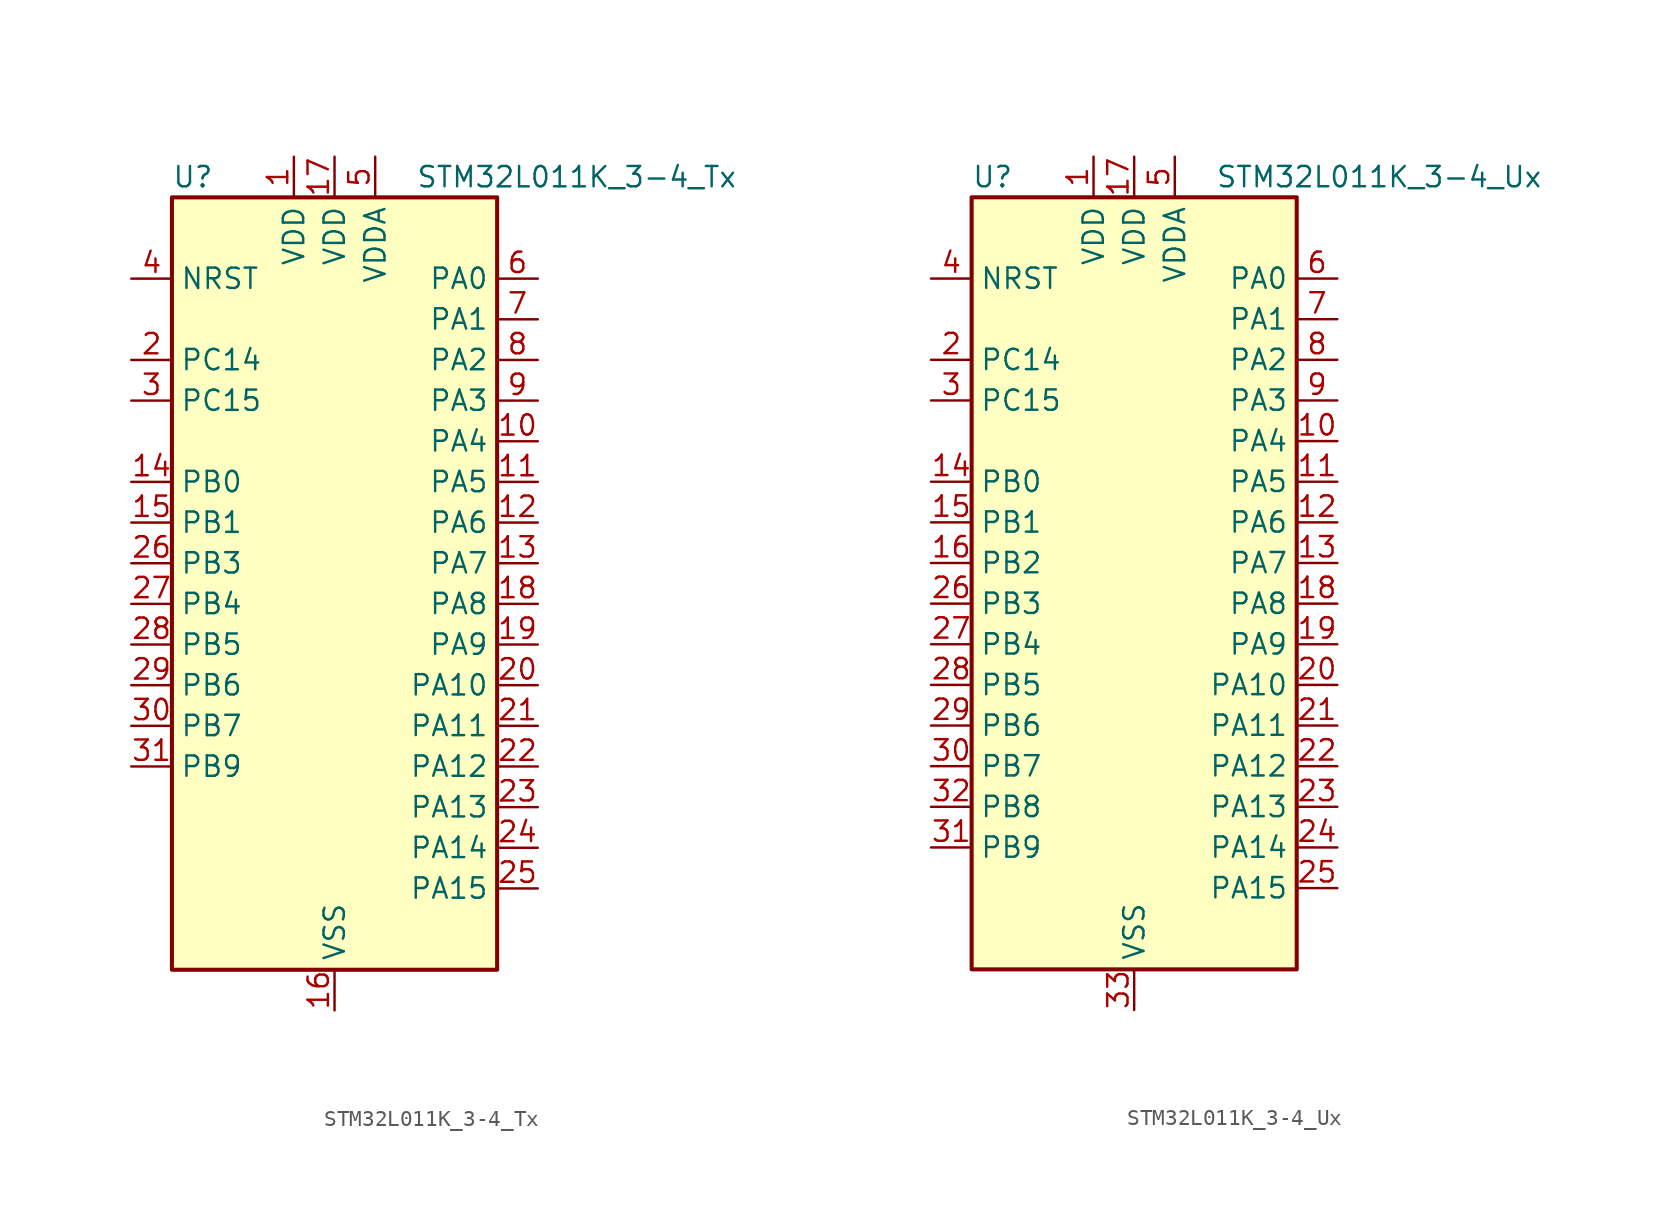
<source format=kicad_sym>
(kicad_symbol_lib
  (version 20241209)
  (generator "kicad_symbol_editor")
  (generator_version "9.0")
  (symbol "STM32L011K_3-4_Tx"
    (property "Reference" "U"
      (at -10.16 26.67 0)
      (effects (font (size 1.27 1.27)) (justify left)))
    (property "Value" "STM32L011K_3-4_Tx"
      (at 5.08 26.67 0)
      (effects (font (size 1.27 1.27)) (justify left)))
    (symbol "STM32L011K_3-4_Tx_0_1"
      (rectangle (start -10.16 -22.86) (end 10.16 25.4) (stroke (width 0.254) (type default)) (fill (type background))))
    (symbol "STM32L011K_3-4_Tx_1_1"
      (pin input line (at -12.7 20.32 0) (length 2.54) (name "NRST" (effects (font (size 1.27 1.27)))) (number "4" (effects (font (size 1.27 1.27)))))
      (pin bidirectional line (at -12.7 15.24 0) (length 2.54) (name "PC14" (effects (font (size 1.27 1.27)))) (number "2" (effects (font (size 1.27 1.27)))) (alternate "RCC_OSC32_IN" bidirectional line))
      (pin bidirectional line (at -12.7 12.7 0) (length 2.54) (name "PC15" (effects (font (size 1.27 1.27)))) (number "3" (effects (font (size 1.27 1.27)))) (alternate "RCC_OSC32_OUT" bidirectional line))
      (pin bidirectional line (at -12.7 7.62 0) (length 2.54) (name "PB0" (effects (font (size 1.27 1.27)))) (number "14" (effects (font (size 1.27 1.27)))) (alternate "ADC_IN8" bidirectional line) (alternate "SPI1_MISO" bidirectional line) (alternate "SYS_VREF_OUT_PB0" bidirectional line) (alternate "TIM2_CH2" bidirectional line) (alternate "TIM2_CH3" bidirectional line) (alternate "USART2_DE" bidirectional line) (alternate "USART2_RTS" bidirectional line))
      (pin bidirectional line (at -12.7 5.08 0) (length 2.54) (name "PB1" (effects (font (size 1.27 1.27)))) (number "15" (effects (font (size 1.27 1.27)))) (alternate "ADC_IN9" bidirectional line) (alternate "LPTIM1_IN1" bidirectional line) (alternate "LPUART1_DE" bidirectional line) (alternate "LPUART1_RTS" bidirectional line) (alternate "SPI1_MOSI" bidirectional line) (alternate "SYS_VREF_OUT_PB1" bidirectional line) (alternate "TIM2_CH4" bidirectional line) (alternate "USART2_CK" bidirectional line))
      (pin bidirectional line (at -12.7 2.54 0) (length 2.54) (name "PB3" (effects (font (size 1.27 1.27)))) (number "26" (effects (font (size 1.27 1.27)))) (alternate "COMP2_INM" bidirectional line) (alternate "SPI1_SCK" bidirectional line) (alternate "TIM2_CH2" bidirectional line))
      (pin bidirectional line (at -12.7 0 0) (length 2.54) (name "PB4" (effects (font (size 1.27 1.27)))) (number "27" (effects (font (size 1.27 1.27)))) (alternate "COMP2_INP" bidirectional line) (alternate "SPI1_MISO" bidirectional line))
      (pin bidirectional line (at -12.7 -2.54 0) (length 2.54) (name "PB5" (effects (font (size 1.27 1.27)))) (number "28" (effects (font (size 1.27 1.27)))) (alternate "COMP2_INP" bidirectional line) (alternate "I2C1_SMBA" bidirectional line) (alternate "LPTIM1_IN1" bidirectional line) (alternate "SPI1_MOSI" bidirectional line) (alternate "TIM21_CH1" bidirectional line))
      (pin bidirectional line (at -12.7 -5.08 0) (length 2.54) (name "PB6" (effects (font (size 1.27 1.27)))) (number "29" (effects (font (size 1.27 1.27)))) (alternate "COMP2_INP" bidirectional line) (alternate "I2C1_SCL" bidirectional line) (alternate "LPTIM1_ETR" bidirectional line) (alternate "LPUART1_TX" bidirectional line) (alternate "TIM2_CH3" bidirectional line) (alternate "USART2_TX" bidirectional line))
      (pin bidirectional line (at -12.7 -7.62 0) (length 2.54) (name "PB7" (effects (font (size 1.27 1.27)))) (number "30" (effects (font (size 1.27 1.27)))) (alternate "COMP2_INP" bidirectional line) (alternate "I2C1_SDA" bidirectional line) (alternate "LPTIM1_IN2" bidirectional line) (alternate "LPUART1_RX" bidirectional line) (alternate "SYS_PVD_IN" bidirectional line) (alternate "TIM2_CH4" bidirectional line) (alternate "USART2_RX" bidirectional line))
      (pin bidirectional line (at -12.7 -10.16 0) (length 2.54) (name "PB9" (effects (font (size 1.27 1.27)))) (number "31" (effects (font (size 1.27 1.27)))))
      (pin power_in line (at -2.54 27.94 270) (length 2.54) (name "VDD" (effects (font (size 1.27 1.27)))) (number "1" (effects (font (size 1.27 1.27)))))
      (pin power_in line (at 0 27.94 270) (length 2.54) (name "VDD" (effects (font (size 1.27 1.27)))) (number "17" (effects (font (size 1.27 1.27)))))
      (pin power_in line (at 0 -25.4 90) (length 2.54) (name "VSS" (effects (font (size 1.27 1.27)))) (number "16" (effects (font (size 1.27 1.27)))))
      (pin passive line (at 0 -25.4 90) (length 2.54) (hide yes) (name "VSS" (effects (font (size 1.27 1.27)))) (number "32" (effects (font (size 1.27 1.27)))))
      (pin power_in line (at 2.54 27.94 270) (length 2.54) (name "VDDA" (effects (font (size 1.27 1.27)))) (number "5" (effects (font (size 1.27 1.27)))))
      (pin bidirectional line (at 12.7 20.32 180) (length 2.54) (name "PA0" (effects (font (size 1.27 1.27)))) (number "6" (effects (font (size 1.27 1.27)))) (alternate "ADC_IN0" bidirectional line) (alternate "COMP1_INM" bidirectional line) (alternate "COMP1_OUT" bidirectional line) (alternate "LPTIM1_IN1" bidirectional line) (alternate "LPUART1_RX" bidirectional line) (alternate "RCC_CK_IN" bidirectional line) (alternate "RTC_TAMP2" bidirectional line) (alternate "SYS_WKUP1" bidirectional line) (alternate "TIM2_CH1" bidirectional line) (alternate "TIM2_ETR" bidirectional line) (alternate "USART2_CTS" bidirectional line) (alternate "USART2_RX" bidirectional line))
      (pin bidirectional line (at 12.7 17.78 180) (length 2.54) (name "PA1" (effects (font (size 1.27 1.27)))) (number "7" (effects (font (size 1.27 1.27)))) (alternate "ADC_IN1" bidirectional line) (alternate "COMP1_INP" bidirectional line) (alternate "I2C1_SMBA" bidirectional line) (alternate "LPTIM1_IN2" bidirectional line) (alternate "LPUART1_TX" bidirectional line) (alternate "TIM21_ETR" bidirectional line) (alternate "TIM2_CH2" bidirectional line) (alternate "USART2_DE" bidirectional line) (alternate "USART2_RTS" bidirectional line))
      (pin bidirectional line (at 12.7 15.24 180) (length 2.54) (name "PA2" (effects (font (size 1.27 1.27)))) (number "8" (effects (font (size 1.27 1.27)))) (alternate "ADC_IN2" bidirectional line) (alternate "COMP2_INM" bidirectional line) (alternate "COMP2_OUT" bidirectional line) (alternate "LPUART1_TX" bidirectional line) (alternate "RTC_OUT_ALARM" bidirectional line) (alternate "RTC_OUT_CALIB" bidirectional line) (alternate "RTC_TAMP3" bidirectional line) (alternate "RTC_TS" bidirectional line) (alternate "SYS_WKUP3" bidirectional line) (alternate "TIM21_CH1" bidirectional line) (alternate "TIM2_CH3" bidirectional line) (alternate "USART2_TX" bidirectional line))
      (pin bidirectional line (at 12.7 12.7 180) (length 2.54) (name "PA3" (effects (font (size 1.27 1.27)))) (number "9" (effects (font (size 1.27 1.27)))) (alternate "ADC_IN3" bidirectional line) (alternate "COMP2_INP" bidirectional line) (alternate "LPUART1_RX" bidirectional line) (alternate "TIM21_CH2" bidirectional line) (alternate "TIM2_CH4" bidirectional line) (alternate "USART2_RX" bidirectional line))
      (pin bidirectional line (at 12.7 10.16 180) (length 2.54) (name "PA4" (effects (font (size 1.27 1.27)))) (number "10" (effects (font (size 1.27 1.27)))) (alternate "ADC_IN4" bidirectional line) (alternate "COMP1_INM" bidirectional line) (alternate "COMP2_INM" bidirectional line) (alternate "COMP2_OUT" bidirectional line) (alternate "I2C1_SCL" bidirectional line) (alternate "LPTIM1_ETR" bidirectional line) (alternate "LPTIM1_IN1" bidirectional line) (alternate "LPUART1_TX" bidirectional line) (alternate "SPI1_NSS" bidirectional line) (alternate "TIM2_ETR" bidirectional line) (alternate "USART2_CK" bidirectional line))
      (pin bidirectional line (at 12.7 7.62 180) (length 2.54) (name "PA5" (effects (font (size 1.27 1.27)))) (number "11" (effects (font (size 1.27 1.27)))) (alternate "ADC_IN5" bidirectional line) (alternate "COMP1_INM" bidirectional line) (alternate "COMP2_INM" bidirectional line) (alternate "LPTIM1_IN2" bidirectional line) (alternate "SPI1_SCK" bidirectional line) (alternate "TIM2_CH1" bidirectional line) (alternate "TIM2_ETR" bidirectional line))
      (pin bidirectional line (at 12.7 5.08 180) (length 2.54) (name "PA6" (effects (font (size 1.27 1.27)))) (number "12" (effects (font (size 1.27 1.27)))) (alternate "ADC_IN6" bidirectional line) (alternate "COMP1_OUT" bidirectional line) (alternate "LPTIM1_ETR" bidirectional line) (alternate "LPUART1_CTS" bidirectional line) (alternate "SPI1_MISO" bidirectional line))
      (pin bidirectional line (at 12.7 2.54 180) (length 2.54) (name "PA7" (effects (font (size 1.27 1.27)))) (number "13" (effects (font (size 1.27 1.27)))) (alternate "ADC_IN7" bidirectional line) (alternate "COMP2_INP" bidirectional line) (alternate "COMP2_OUT" bidirectional line) (alternate "LPTIM1_OUT" bidirectional line) (alternate "SPI1_MOSI" bidirectional line) (alternate "TIM21_ETR" bidirectional line) (alternate "USART2_CTS" bidirectional line))
      (pin bidirectional line (at 12.7 0 180) (length 2.54) (name "PA8" (effects (font (size 1.27 1.27)))) (number "18" (effects (font (size 1.27 1.27)))) (alternate "LPTIM1_IN1" bidirectional line) (alternate "RCC_MCO" bidirectional line) (alternate "TIM2_CH1" bidirectional line) (alternate "USART2_CK" bidirectional line))
      (pin bidirectional line (at 12.7 -2.54 180) (length 2.54) (name "PA9" (effects (font (size 1.27 1.27)))) (number "19" (effects (font (size 1.27 1.27)))) (alternate "COMP1_OUT" bidirectional line) (alternate "I2C1_SCL" bidirectional line) (alternate "LPTIM1_OUT" bidirectional line) (alternate "RCC_MCO" bidirectional line) (alternate "TIM21_CH2" bidirectional line) (alternate "USART2_TX" bidirectional line))
      (pin bidirectional line (at 12.7 -5.08 180) (length 2.54) (name "PA10" (effects (font (size 1.27 1.27)))) (number "20" (effects (font (size 1.27 1.27)))) (alternate "COMP1_OUT" bidirectional line) (alternate "I2C1_SDA" bidirectional line) (alternate "RTC_REFIN" bidirectional line) (alternate "TIM21_CH1" bidirectional line) (alternate "TIM2_CH3" bidirectional line) (alternate "USART2_RX" bidirectional line))
      (pin bidirectional line (at 12.7 -7.62 180) (length 2.54) (name "PA11" (effects (font (size 1.27 1.27)))) (number "21" (effects (font (size 1.27 1.27)))) (alternate "ADC_EXTI11" bidirectional line) (alternate "COMP1_OUT" bidirectional line) (alternate "LPTIM1_OUT" bidirectional line) (alternate "SPI1_MISO" bidirectional line) (alternate "TIM21_CH2" bidirectional line) (alternate "USART2_CTS" bidirectional line))
      (pin bidirectional line (at 12.7 -10.16 180) (length 2.54) (name "PA12" (effects (font (size 1.27 1.27)))) (number "22" (effects (font (size 1.27 1.27)))) (alternate "COMP2_OUT" bidirectional line) (alternate "SPI1_MOSI" bidirectional line) (alternate "USART2_DE" bidirectional line) (alternate "USART2_RTS" bidirectional line))
      (pin bidirectional line (at 12.7 -12.7 180) (length 2.54) (name "PA13" (effects (font (size 1.27 1.27)))) (number "23" (effects (font (size 1.27 1.27)))) (alternate "COMP1_OUT" bidirectional line) (alternate "I2C1_SDA" bidirectional line) (alternate "LPTIM1_ETR" bidirectional line) (alternate "LPUART1_RX" bidirectional line) (alternate "SPI1_SCK" bidirectional line) (alternate "SYS_SWDIO" bidirectional line))
      (pin bidirectional line (at 12.7 -15.24 180) (length 2.54) (name "PA14" (effects (font (size 1.27 1.27)))) (number "24" (effects (font (size 1.27 1.27)))) (alternate "COMP2_OUT" bidirectional line) (alternate "I2C1_SMBA" bidirectional line) (alternate "LPTIM1_OUT" bidirectional line) (alternate "LPUART1_TX" bidirectional line) (alternate "SPI1_MISO" bidirectional line) (alternate "SYS_SWCLK" bidirectional line) (alternate "USART2_TX" bidirectional line))
      (pin bidirectional line (at 12.7 -17.78 180) (length 2.54) (name "PA15" (effects (font (size 1.27 1.27)))) (number "25" (effects (font (size 1.27 1.27)))) (alternate "SPI1_NSS" bidirectional line) (alternate "TIM2_CH1" bidirectional line) (alternate "TIM2_ETR" bidirectional line) (alternate "USART2_RX" bidirectional line))))
  (symbol "STM32L011K_3-4_Ux"
    (property "Reference" "U"
      (at -10.16 26.67 0)
      (effects (font (size 1.27 1.27)) (justify left)))
    (property "Value" "STM32L011K_3-4_Ux"
      (at 5.08 26.67 0)
      (effects (font (size 1.27 1.27)) (justify left)))
    (symbol "STM32L011K_3-4_Ux_0_1"
      (rectangle (start -10.16 -22.86) (end 10.16 25.4) (stroke (width 0.254) (type default)) (fill (type background))))
    (symbol "STM32L011K_3-4_Ux_1_1"
      (pin input line (at -12.7 20.32 0) (length 2.54) (name "NRST" (effects (font (size 1.27 1.27)))) (number "4" (effects (font (size 1.27 1.27)))))
      (pin bidirectional line (at -12.7 15.24 0) (length 2.54) (name "PC14" (effects (font (size 1.27 1.27)))) (number "2" (effects (font (size 1.27 1.27)))) (alternate "RCC_OSC32_IN" bidirectional line))
      (pin bidirectional line (at -12.7 12.7 0) (length 2.54) (name "PC15" (effects (font (size 1.27 1.27)))) (number "3" (effects (font (size 1.27 1.27)))) (alternate "RCC_OSC32_OUT" bidirectional line))
      (pin bidirectional line (at -12.7 7.62 0) (length 2.54) (name "PB0" (effects (font (size 1.27 1.27)))) (number "14" (effects (font (size 1.27 1.27)))) (alternate "ADC_IN8" bidirectional line) (alternate "SPI1_MISO" bidirectional line) (alternate "SYS_VREF_OUT_PB0" bidirectional line) (alternate "TIM2_CH2" bidirectional line) (alternate "TIM2_CH3" bidirectional line) (alternate "USART2_DE" bidirectional line) (alternate "USART2_RTS" bidirectional line))
      (pin bidirectional line (at -12.7 5.08 0) (length 2.54) (name "PB1" (effects (font (size 1.27 1.27)))) (number "15" (effects (font (size 1.27 1.27)))) (alternate "ADC_IN9" bidirectional line) (alternate "LPTIM1_IN1" bidirectional line) (alternate "LPUART1_DE" bidirectional line) (alternate "LPUART1_RTS" bidirectional line) (alternate "SPI1_MOSI" bidirectional line) (alternate "SYS_VREF_OUT_PB1" bidirectional line) (alternate "TIM2_CH4" bidirectional line) (alternate "USART2_CK" bidirectional line))
      (pin bidirectional line (at -12.7 2.54 0) (length 2.54) (name "PB2" (effects (font (size 1.27 1.27)))) (number "16" (effects (font (size 1.27 1.27)))) (alternate "LPTIM1_OUT" bidirectional line))
      (pin bidirectional line (at -12.7 0 0) (length 2.54) (name "PB3" (effects (font (size 1.27 1.27)))) (number "26" (effects (font (size 1.27 1.27)))) (alternate "COMP2_INM" bidirectional line) (alternate "SPI1_SCK" bidirectional line) (alternate "TIM2_CH2" bidirectional line))
      (pin bidirectional line (at -12.7 -2.54 0) (length 2.54) (name "PB4" (effects (font (size 1.27 1.27)))) (number "27" (effects (font (size 1.27 1.27)))) (alternate "COMP2_INP" bidirectional line) (alternate "SPI1_MISO" bidirectional line))
      (pin bidirectional line (at -12.7 -5.08 0) (length 2.54) (name "PB5" (effects (font (size 1.27 1.27)))) (number "28" (effects (font (size 1.27 1.27)))) (alternate "COMP2_INP" bidirectional line) (alternate "I2C1_SMBA" bidirectional line) (alternate "LPTIM1_IN1" bidirectional line) (alternate "SPI1_MOSI" bidirectional line) (alternate "TIM21_CH1" bidirectional line))
      (pin bidirectional line (at -12.7 -7.62 0) (length 2.54) (name "PB6" (effects (font (size 1.27 1.27)))) (number "29" (effects (font (size 1.27 1.27)))) (alternate "COMP2_INP" bidirectional line) (alternate "I2C1_SCL" bidirectional line) (alternate "LPTIM1_ETR" bidirectional line) (alternate "LPUART1_TX" bidirectional line) (alternate "TIM2_CH3" bidirectional line) (alternate "USART2_TX" bidirectional line))
      (pin bidirectional line (at -12.7 -10.16 0) (length 2.54) (name "PB7" (effects (font (size 1.27 1.27)))) (number "30" (effects (font (size 1.27 1.27)))) (alternate "COMP2_INP" bidirectional line) (alternate "I2C1_SDA" bidirectional line) (alternate "LPTIM1_IN2" bidirectional line) (alternate "LPUART1_RX" bidirectional line) (alternate "SYS_PVD_IN" bidirectional line) (alternate "TIM2_CH4" bidirectional line) (alternate "USART2_RX" bidirectional line))
      (pin bidirectional line (at -12.7 -12.7 0) (length 2.54) (name "PB8" (effects (font (size 1.27 1.27)))) (number "32" (effects (font (size 1.27 1.27)))) (alternate "I2C1_SCL" bidirectional line) (alternate "SPI1_NSS" bidirectional line) (alternate "USART2_TX" bidirectional line))
      (pin bidirectional line (at -12.7 -15.24 0) (length 2.54) (name "PB9" (effects (font (size 1.27 1.27)))) (number "31" (effects (font (size 1.27 1.27)))))
      (pin power_in line (at -2.54 27.94 270) (length 2.54) (name "VDD" (effects (font (size 1.27 1.27)))) (number "1" (effects (font (size 1.27 1.27)))))
      (pin power_in line (at 0 27.94 270) (length 2.54) (name "VDD" (effects (font (size 1.27 1.27)))) (number "17" (effects (font (size 1.27 1.27)))))
      (pin power_in line (at 0 -25.4 90) (length 2.54) (name "VSS" (effects (font (size 1.27 1.27)))) (number "33" (effects (font (size 1.27 1.27)))))
      (pin power_in line (at 2.54 27.94 270) (length 2.54) (name "VDDA" (effects (font (size 1.27 1.27)))) (number "5" (effects (font (size 1.27 1.27)))))
      (pin bidirectional line (at 12.7 20.32 180) (length 2.54) (name "PA0" (effects (font (size 1.27 1.27)))) (number "6" (effects (font (size 1.27 1.27)))) (alternate "ADC_IN0" bidirectional line) (alternate "COMP1_INM" bidirectional line) (alternate "COMP1_OUT" bidirectional line) (alternate "LPTIM1_IN1" bidirectional line) (alternate "LPUART1_RX" bidirectional line) (alternate "RCC_CK_IN" bidirectional line) (alternate "RTC_TAMP2" bidirectional line) (alternate "SYS_WKUP1" bidirectional line) (alternate "TIM2_CH1" bidirectional line) (alternate "TIM2_ETR" bidirectional line) (alternate "USART2_CTS" bidirectional line) (alternate "USART2_RX" bidirectional line))
      (pin bidirectional line (at 12.7 17.78 180) (length 2.54) (name "PA1" (effects (font (size 1.27 1.27)))) (number "7" (effects (font (size 1.27 1.27)))) (alternate "ADC_IN1" bidirectional line) (alternate "COMP1_INP" bidirectional line) (alternate "I2C1_SMBA" bidirectional line) (alternate "LPTIM1_IN2" bidirectional line) (alternate "LPUART1_TX" bidirectional line) (alternate "TIM21_ETR" bidirectional line) (alternate "TIM2_CH2" bidirectional line) (alternate "USART2_DE" bidirectional line) (alternate "USART2_RTS" bidirectional line))
      (pin bidirectional line (at 12.7 15.24 180) (length 2.54) (name "PA2" (effects (font (size 1.27 1.27)))) (number "8" (effects (font (size 1.27 1.27)))) (alternate "ADC_IN2" bidirectional line) (alternate "COMP2_INM" bidirectional line) (alternate "COMP2_OUT" bidirectional line) (alternate "LPUART1_TX" bidirectional line) (alternate "RTC_OUT_ALARM" bidirectional line) (alternate "RTC_OUT_CALIB" bidirectional line) (alternate "RTC_TAMP3" bidirectional line) (alternate "RTC_TS" bidirectional line) (alternate "SYS_WKUP3" bidirectional line) (alternate "TIM21_CH1" bidirectional line) (alternate "TIM2_CH3" bidirectional line) (alternate "USART2_TX" bidirectional line))
      (pin bidirectional line (at 12.7 12.7 180) (length 2.54) (name "PA3" (effects (font (size 1.27 1.27)))) (number "9" (effects (font (size 1.27 1.27)))) (alternate "ADC_IN3" bidirectional line) (alternate "COMP2_INP" bidirectional line) (alternate "LPUART1_RX" bidirectional line) (alternate "TIM21_CH2" bidirectional line) (alternate "TIM2_CH4" bidirectional line) (alternate "USART2_RX" bidirectional line))
      (pin bidirectional line (at 12.7 10.16 180) (length 2.54) (name "PA4" (effects (font (size 1.27 1.27)))) (number "10" (effects (font (size 1.27 1.27)))) (alternate "ADC_IN4" bidirectional line) (alternate "COMP1_INM" bidirectional line) (alternate "COMP2_INM" bidirectional line) (alternate "COMP2_OUT" bidirectional line) (alternate "I2C1_SCL" bidirectional line) (alternate "LPTIM1_ETR" bidirectional line) (alternate "LPTIM1_IN1" bidirectional line) (alternate "LPUART1_TX" bidirectional line) (alternate "SPI1_NSS" bidirectional line) (alternate "TIM2_ETR" bidirectional line) (alternate "USART2_CK" bidirectional line))
      (pin bidirectional line (at 12.7 7.62 180) (length 2.54) (name "PA5" (effects (font (size 1.27 1.27)))) (number "11" (effects (font (size 1.27 1.27)))) (alternate "ADC_IN5" bidirectional line) (alternate "COMP1_INM" bidirectional line) (alternate "COMP2_INM" bidirectional line) (alternate "LPTIM1_IN2" bidirectional line) (alternate "SPI1_SCK" bidirectional line) (alternate "TIM2_CH1" bidirectional line) (alternate "TIM2_ETR" bidirectional line))
      (pin bidirectional line (at 12.7 5.08 180) (length 2.54) (name "PA6" (effects (font (size 1.27 1.27)))) (number "12" (effects (font (size 1.27 1.27)))) (alternate "ADC_IN6" bidirectional line) (alternate "COMP1_OUT" bidirectional line) (alternate "LPTIM1_ETR" bidirectional line) (alternate "LPUART1_CTS" bidirectional line) (alternate "SPI1_MISO" bidirectional line))
      (pin bidirectional line (at 12.7 2.54 180) (length 2.54) (name "PA7" (effects (font (size 1.27 1.27)))) (number "13" (effects (font (size 1.27 1.27)))) (alternate "ADC_IN7" bidirectional line) (alternate "COMP2_INP" bidirectional line) (alternate "COMP2_OUT" bidirectional line) (alternate "LPTIM1_OUT" bidirectional line) (alternate "SPI1_MOSI" bidirectional line) (alternate "TIM21_ETR" bidirectional line) (alternate "USART2_CTS" bidirectional line))
      (pin bidirectional line (at 12.7 0 180) (length 2.54) (name "PA8" (effects (font (size 1.27 1.27)))) (number "18" (effects (font (size 1.27 1.27)))) (alternate "LPTIM1_IN1" bidirectional line) (alternate "RCC_MCO" bidirectional line) (alternate "TIM2_CH1" bidirectional line) (alternate "USART2_CK" bidirectional line))
      (pin bidirectional line (at 12.7 -2.54 180) (length 2.54) (name "PA9" (effects (font (size 1.27 1.27)))) (number "19" (effects (font (size 1.27 1.27)))) (alternate "COMP1_OUT" bidirectional line) (alternate "I2C1_SCL" bidirectional line) (alternate "LPTIM1_OUT" bidirectional line) (alternate "RCC_MCO" bidirectional line) (alternate "TIM21_CH2" bidirectional line) (alternate "USART2_TX" bidirectional line))
      (pin bidirectional line (at 12.7 -5.08 180) (length 2.54) (name "PA10" (effects (font (size 1.27 1.27)))) (number "20" (effects (font (size 1.27 1.27)))) (alternate "COMP1_OUT" bidirectional line) (alternate "I2C1_SDA" bidirectional line) (alternate "RTC_REFIN" bidirectional line) (alternate "TIM21_CH1" bidirectional line) (alternate "TIM2_CH3" bidirectional line) (alternate "USART2_RX" bidirectional line))
      (pin bidirectional line (at 12.7 -7.62 180) (length 2.54) (name "PA11" (effects (font (size 1.27 1.27)))) (number "21" (effects (font (size 1.27 1.27)))) (alternate "ADC_EXTI11" bidirectional line) (alternate "COMP1_OUT" bidirectional line) (alternate "LPTIM1_OUT" bidirectional line) (alternate "SPI1_MISO" bidirectional line) (alternate "TIM21_CH2" bidirectional line) (alternate "USART2_CTS" bidirectional line))
      (pin bidirectional line (at 12.7 -10.16 180) (length 2.54) (name "PA12" (effects (font (size 1.27 1.27)))) (number "22" (effects (font (size 1.27 1.27)))) (alternate "COMP2_OUT" bidirectional line) (alternate "SPI1_MOSI" bidirectional line) (alternate "USART2_DE" bidirectional line) (alternate "USART2_RTS" bidirectional line))
      (pin bidirectional line (at 12.7 -12.7 180) (length 2.54) (name "PA13" (effects (font (size 1.27 1.27)))) (number "23" (effects (font (size 1.27 1.27)))) (alternate "COMP1_OUT" bidirectional line) (alternate "I2C1_SDA" bidirectional line) (alternate "LPTIM1_ETR" bidirectional line) (alternate "LPUART1_RX" bidirectional line) (alternate "SPI1_SCK" bidirectional line) (alternate "SYS_SWDIO" bidirectional line))
      (pin bidirectional line (at 12.7 -15.24 180) (length 2.54) (name "PA14" (effects (font (size 1.27 1.27)))) (number "24" (effects (font (size 1.27 1.27)))) (alternate "COMP2_OUT" bidirectional line) (alternate "I2C1_SMBA" bidirectional line) (alternate "LPTIM1_OUT" bidirectional line) (alternate "LPUART1_TX" bidirectional line) (alternate "SPI1_MISO" bidirectional line) (alternate "SYS_SWCLK" bidirectional line) (alternate "USART2_TX" bidirectional line))
      (pin bidirectional line (at 12.7 -17.78 180) (length 2.54) (name "PA15" (effects (font (size 1.27 1.27)))) (number "25" (effects (font (size 1.27 1.27)))) (alternate "SPI1_NSS" bidirectional line) (alternate "TIM2_CH1" bidirectional line) (alternate "TIM2_ETR" bidirectional line) (alternate "USART2_RX" bidirectional line)))))
</source>
